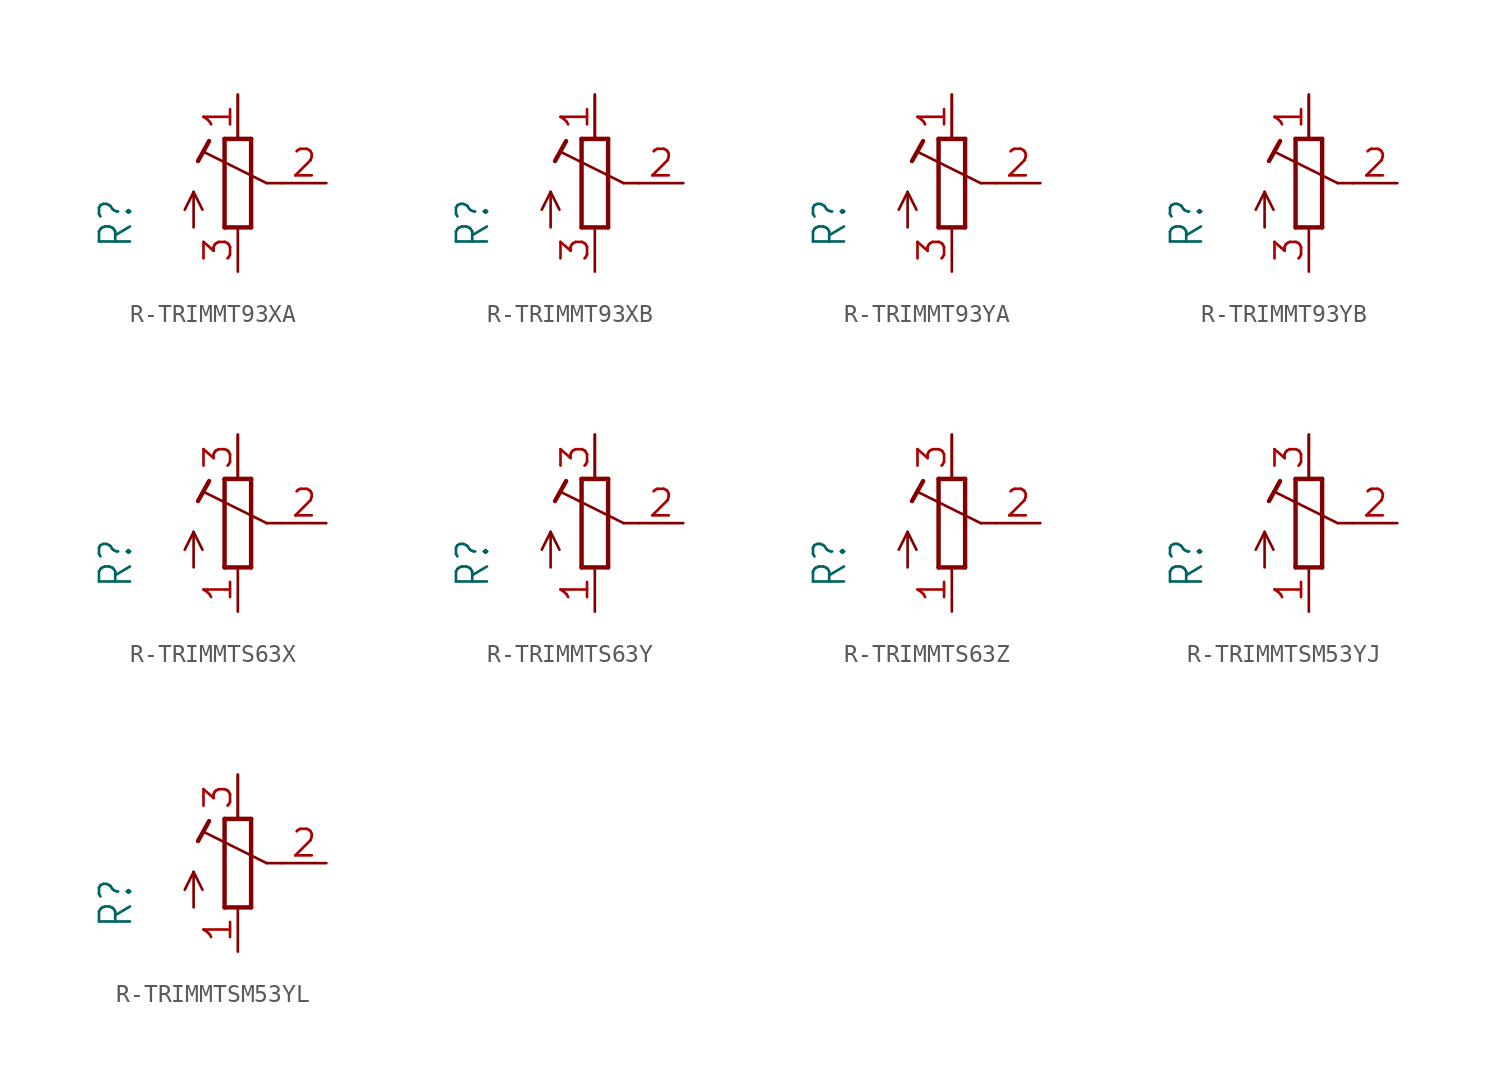
<source format=kicad_sym>
(kicad_symbol_lib
  (version 20241209)
  (generator "kicad_symbol_editor")
  (generator_version "9.0")
  (symbol "R-TRIMMT93XA"
    (property "Reference" "R"
      (at -5.969 -3.81 90)
      (effects (font (size 1.778 1.511)) (justify left bottom)))
    (property "Value" ""
      (at -3.81 -3.81 90)
      (effects (font (size 1.778 1.511)) (justify left bottom)))
    (property "ki_locked" ""
      (at 0 0 0)
      (effects (font (size 1.27 1.27))))
    (symbol "R-TRIMMT93XA_1_0"
      (polyline (pts (xy -2.54 -0.508) (xy -3.048 -1.524)) (stroke (width 0.152) (type solid)) (fill (type none)))
      (polyline (pts (xy -2.54 -0.508) (xy -2.032 -1.524)) (stroke (width 0.152) (type solid)) (fill (type none)))
      (polyline (pts (xy -2.54 -2.54) (xy -2.54 -0.508)) (stroke (width 0.152) (type solid)) (fill (type none)))
      (polyline (pts (xy -2.286 1.27) (xy -1.651 2.413)) (stroke (width 0.254) (type solid)) (fill (type none)))
      (polyline (pts (xy -0.762 2.54) (xy -0.762 -2.54)) (stroke (width 0.254) (type solid)) (fill (type none)))
      (polyline (pts (xy -0.762 -2.54) (xy 0.762 -2.54)) (stroke (width 0.254) (type solid)) (fill (type none)))
      (polyline (pts (xy 0 2.54) (xy -0.762 2.54)) (stroke (width 0.254) (type solid)) (fill (type none)))
      (polyline (pts (xy 0 2.54) (xy 0 5.08)) (stroke (width 0.152) (type solid)) (fill (type none)))
      (polyline (pts (xy 0.762 2.54) (xy 0 2.54)) (stroke (width 0.254) (type solid)) (fill (type none)))
      (polyline (pts (xy 0.762 -2.54) (xy 0.762 2.54)) (stroke (width 0.254) (type solid)) (fill (type none)))
      (polyline (pts (xy 1.651 0) (xy -1.88 1.753)) (stroke (width 0.152) (type solid)) (fill (type none)))
      (polyline (pts (xy 2.54 0) (xy 1.651 0)) (stroke (width 0.152) (type solid)) (fill (type none)))
      (pin passive line (at 0 5.08 270) (length 2.54) (name "A" (effects (font (size 0 0)))) (number "1" (effects (font (size 1.524 1.524)))))
      (pin passive line (at 0 -5.08 90) (length 2.54) (name "E" (effects (font (size 0 0)))) (number "3" (effects (font (size 1.524 1.524)))))
      (pin passive line (at 5.08 0 180) (length 2.54) (name "S" (effects (font (size 0 0)))) (number "2" (effects (font (size 1.524 1.524)))))))
  (symbol "R-TRIMMT93XB"
    (property "Reference" "R"
      (at -5.969 -3.81 90)
      (effects (font (size 1.778 1.511)) (justify left bottom)))
    (property "Value" ""
      (at -3.81 -3.81 90)
      (effects (font (size 1.778 1.511)) (justify left bottom)))
    (property "ki_locked" ""
      (at 0 0 0)
      (effects (font (size 1.27 1.27))))
    (symbol "R-TRIMMT93XB_1_0"
      (polyline (pts (xy -2.54 -0.508) (xy -3.048 -1.524)) (stroke (width 0.152) (type solid)) (fill (type none)))
      (polyline (pts (xy -2.54 -0.508) (xy -2.032 -1.524)) (stroke (width 0.152) (type solid)) (fill (type none)))
      (polyline (pts (xy -2.54 -2.54) (xy -2.54 -0.508)) (stroke (width 0.152) (type solid)) (fill (type none)))
      (polyline (pts (xy -2.286 1.27) (xy -1.651 2.413)) (stroke (width 0.254) (type solid)) (fill (type none)))
      (polyline (pts (xy -0.762 2.54) (xy -0.762 -2.54)) (stroke (width 0.254) (type solid)) (fill (type none)))
      (polyline (pts (xy -0.762 -2.54) (xy 0.762 -2.54)) (stroke (width 0.254) (type solid)) (fill (type none)))
      (polyline (pts (xy 0 2.54) (xy -0.762 2.54)) (stroke (width 0.254) (type solid)) (fill (type none)))
      (polyline (pts (xy 0 2.54) (xy 0 5.08)) (stroke (width 0.152) (type solid)) (fill (type none)))
      (polyline (pts (xy 0.762 2.54) (xy 0 2.54)) (stroke (width 0.254) (type solid)) (fill (type none)))
      (polyline (pts (xy 0.762 -2.54) (xy 0.762 2.54)) (stroke (width 0.254) (type solid)) (fill (type none)))
      (polyline (pts (xy 1.651 0) (xy -1.88 1.753)) (stroke (width 0.152) (type solid)) (fill (type none)))
      (polyline (pts (xy 2.54 0) (xy 1.651 0)) (stroke (width 0.152) (type solid)) (fill (type none)))
      (pin passive line (at 0 5.08 270) (length 2.54) (name "A" (effects (font (size 0 0)))) (number "1" (effects (font (size 1.524 1.524)))))
      (pin passive line (at 0 -5.08 90) (length 2.54) (name "E" (effects (font (size 0 0)))) (number "3" (effects (font (size 1.524 1.524)))))
      (pin passive line (at 5.08 0 180) (length 2.54) (name "S" (effects (font (size 0 0)))) (number "2" (effects (font (size 1.524 1.524)))))))
  (symbol "R-TRIMMT93YA"
    (property "Reference" "R"
      (at -5.969 -3.81 90)
      (effects (font (size 1.778 1.511)) (justify left bottom)))
    (property "Value" ""
      (at -3.81 -3.81 90)
      (effects (font (size 1.778 1.511)) (justify left bottom)))
    (property "ki_locked" ""
      (at 0 0 0)
      (effects (font (size 1.27 1.27))))
    (symbol "R-TRIMMT93YA_1_0"
      (polyline (pts (xy -2.54 -0.508) (xy -3.048 -1.524)) (stroke (width 0.152) (type solid)) (fill (type none)))
      (polyline (pts (xy -2.54 -0.508) (xy -2.032 -1.524)) (stroke (width 0.152) (type solid)) (fill (type none)))
      (polyline (pts (xy -2.54 -2.54) (xy -2.54 -0.508)) (stroke (width 0.152) (type solid)) (fill (type none)))
      (polyline (pts (xy -2.286 1.27) (xy -1.651 2.413)) (stroke (width 0.254) (type solid)) (fill (type none)))
      (polyline (pts (xy -0.762 2.54) (xy -0.762 -2.54)) (stroke (width 0.254) (type solid)) (fill (type none)))
      (polyline (pts (xy -0.762 -2.54) (xy 0.762 -2.54)) (stroke (width 0.254) (type solid)) (fill (type none)))
      (polyline (pts (xy 0 2.54) (xy -0.762 2.54)) (stroke (width 0.254) (type solid)) (fill (type none)))
      (polyline (pts (xy 0 2.54) (xy 0 5.08)) (stroke (width 0.152) (type solid)) (fill (type none)))
      (polyline (pts (xy 0.762 2.54) (xy 0 2.54)) (stroke (width 0.254) (type solid)) (fill (type none)))
      (polyline (pts (xy 0.762 -2.54) (xy 0.762 2.54)) (stroke (width 0.254) (type solid)) (fill (type none)))
      (polyline (pts (xy 1.651 0) (xy -1.88 1.753)) (stroke (width 0.152) (type solid)) (fill (type none)))
      (polyline (pts (xy 2.54 0) (xy 1.651 0)) (stroke (width 0.152) (type solid)) (fill (type none)))
      (pin passive line (at 0 5.08 270) (length 2.54) (name "A" (effects (font (size 0 0)))) (number "1" (effects (font (size 1.524 1.524)))))
      (pin passive line (at 0 -5.08 90) (length 2.54) (name "E" (effects (font (size 0 0)))) (number "3" (effects (font (size 1.524 1.524)))))
      (pin passive line (at 5.08 0 180) (length 2.54) (name "S" (effects (font (size 0 0)))) (number "2" (effects (font (size 1.524 1.524)))))))
  (symbol "R-TRIMMT93YB"
    (property "Reference" "R"
      (at -5.969 -3.81 90)
      (effects (font (size 1.778 1.511)) (justify left bottom)))
    (property "Value" ""
      (at -3.81 -3.81 90)
      (effects (font (size 1.778 1.511)) (justify left bottom)))
    (property "ki_locked" ""
      (at 0 0 0)
      (effects (font (size 1.27 1.27))))
    (symbol "R-TRIMMT93YB_1_0"
      (polyline (pts (xy -2.54 -0.508) (xy -3.048 -1.524)) (stroke (width 0.152) (type solid)) (fill (type none)))
      (polyline (pts (xy -2.54 -0.508) (xy -2.032 -1.524)) (stroke (width 0.152) (type solid)) (fill (type none)))
      (polyline (pts (xy -2.54 -2.54) (xy -2.54 -0.508)) (stroke (width 0.152) (type solid)) (fill (type none)))
      (polyline (pts (xy -2.286 1.27) (xy -1.651 2.413)) (stroke (width 0.254) (type solid)) (fill (type none)))
      (polyline (pts (xy -0.762 2.54) (xy -0.762 -2.54)) (stroke (width 0.254) (type solid)) (fill (type none)))
      (polyline (pts (xy -0.762 -2.54) (xy 0.762 -2.54)) (stroke (width 0.254) (type solid)) (fill (type none)))
      (polyline (pts (xy 0 2.54) (xy -0.762 2.54)) (stroke (width 0.254) (type solid)) (fill (type none)))
      (polyline (pts (xy 0 2.54) (xy 0 5.08)) (stroke (width 0.152) (type solid)) (fill (type none)))
      (polyline (pts (xy 0.762 2.54) (xy 0 2.54)) (stroke (width 0.254) (type solid)) (fill (type none)))
      (polyline (pts (xy 0.762 -2.54) (xy 0.762 2.54)) (stroke (width 0.254) (type solid)) (fill (type none)))
      (polyline (pts (xy 1.651 0) (xy -1.88 1.753)) (stroke (width 0.152) (type solid)) (fill (type none)))
      (polyline (pts (xy 2.54 0) (xy 1.651 0)) (stroke (width 0.152) (type solid)) (fill (type none)))
      (pin passive line (at 0 5.08 270) (length 2.54) (name "A" (effects (font (size 0 0)))) (number "1" (effects (font (size 1.524 1.524)))))
      (pin passive line (at 0 -5.08 90) (length 2.54) (name "E" (effects (font (size 0 0)))) (number "3" (effects (font (size 1.524 1.524)))))
      (pin passive line (at 5.08 0 180) (length 2.54) (name "S" (effects (font (size 0 0)))) (number "2" (effects (font (size 1.524 1.524)))))))
  (symbol "R-TRIMMTS63X"
    (property "Reference" "R"
      (at -5.969 -3.81 90)
      (effects (font (size 1.778 1.511)) (justify left bottom)))
    (property "Value" ""
      (at -3.81 -3.81 90)
      (effects (font (size 1.778 1.511)) (justify left bottom)))
    (property "ki_locked" ""
      (at 0 0 0)
      (effects (font (size 1.27 1.27))))
    (symbol "R-TRIMMTS63X_1_0"
      (polyline (pts (xy -2.54 -0.508) (xy -3.048 -1.524)) (stroke (width 0.152) (type solid)) (fill (type none)))
      (polyline (pts (xy -2.54 -0.508) (xy -2.032 -1.524)) (stroke (width 0.152) (type solid)) (fill (type none)))
      (polyline (pts (xy -2.54 -2.54) (xy -2.54 -0.508)) (stroke (width 0.152) (type solid)) (fill (type none)))
      (polyline (pts (xy -2.286 1.27) (xy -1.651 2.413)) (stroke (width 0.254) (type solid)) (fill (type none)))
      (polyline (pts (xy -0.762 2.54) (xy -0.762 -2.54)) (stroke (width 0.254) (type solid)) (fill (type none)))
      (polyline (pts (xy -0.762 -2.54) (xy 0.762 -2.54)) (stroke (width 0.254) (type solid)) (fill (type none)))
      (polyline (pts (xy 0 2.54) (xy -0.762 2.54)) (stroke (width 0.254) (type solid)) (fill (type none)))
      (polyline (pts (xy 0 2.54) (xy 0 5.08)) (stroke (width 0.152) (type solid)) (fill (type none)))
      (polyline (pts (xy 0.762 2.54) (xy 0 2.54)) (stroke (width 0.254) (type solid)) (fill (type none)))
      (polyline (pts (xy 0.762 -2.54) (xy 0.762 2.54)) (stroke (width 0.254) (type solid)) (fill (type none)))
      (polyline (pts (xy 1.651 0) (xy -1.88 1.753)) (stroke (width 0.152) (type solid)) (fill (type none)))
      (polyline (pts (xy 2.54 0) (xy 1.651 0)) (stroke (width 0.152) (type solid)) (fill (type none)))
      (pin passive line (at 0 5.08 270) (length 2.54) (name "A" (effects (font (size 0 0)))) (number "3" (effects (font (size 1.524 1.524)))))
      (pin passive line (at 0 -5.08 90) (length 2.54) (name "E" (effects (font (size 0 0)))) (number "1" (effects (font (size 1.524 1.524)))))
      (pin passive line (at 5.08 0 180) (length 2.54) (name "S" (effects (font (size 0 0)))) (number "2" (effects (font (size 1.524 1.524)))))))
  (symbol "R-TRIMMTS63Y"
    (property "Reference" "R"
      (at -5.969 -3.81 90)
      (effects (font (size 1.778 1.511)) (justify left bottom)))
    (property "Value" ""
      (at -3.81 -3.81 90)
      (effects (font (size 1.778 1.511)) (justify left bottom)))
    (property "ki_locked" ""
      (at 0 0 0)
      (effects (font (size 1.27 1.27))))
    (symbol "R-TRIMMTS63Y_1_0"
      (polyline (pts (xy -2.54 -0.508) (xy -3.048 -1.524)) (stroke (width 0.152) (type solid)) (fill (type none)))
      (polyline (pts (xy -2.54 -0.508) (xy -2.032 -1.524)) (stroke (width 0.152) (type solid)) (fill (type none)))
      (polyline (pts (xy -2.54 -2.54) (xy -2.54 -0.508)) (stroke (width 0.152) (type solid)) (fill (type none)))
      (polyline (pts (xy -2.286 1.27) (xy -1.651 2.413)) (stroke (width 0.254) (type solid)) (fill (type none)))
      (polyline (pts (xy -0.762 2.54) (xy -0.762 -2.54)) (stroke (width 0.254) (type solid)) (fill (type none)))
      (polyline (pts (xy -0.762 -2.54) (xy 0.762 -2.54)) (stroke (width 0.254) (type solid)) (fill (type none)))
      (polyline (pts (xy 0 2.54) (xy -0.762 2.54)) (stroke (width 0.254) (type solid)) (fill (type none)))
      (polyline (pts (xy 0 2.54) (xy 0 5.08)) (stroke (width 0.152) (type solid)) (fill (type none)))
      (polyline (pts (xy 0.762 2.54) (xy 0 2.54)) (stroke (width 0.254) (type solid)) (fill (type none)))
      (polyline (pts (xy 0.762 -2.54) (xy 0.762 2.54)) (stroke (width 0.254) (type solid)) (fill (type none)))
      (polyline (pts (xy 1.651 0) (xy -1.88 1.753)) (stroke (width 0.152) (type solid)) (fill (type none)))
      (polyline (pts (xy 2.54 0) (xy 1.651 0)) (stroke (width 0.152) (type solid)) (fill (type none)))
      (pin passive line (at 0 5.08 270) (length 2.54) (name "A" (effects (font (size 0 0)))) (number "3" (effects (font (size 1.524 1.524)))))
      (pin passive line (at 0 -5.08 90) (length 2.54) (name "E" (effects (font (size 0 0)))) (number "1" (effects (font (size 1.524 1.524)))))
      (pin passive line (at 5.08 0 180) (length 2.54) (name "S" (effects (font (size 0 0)))) (number "2" (effects (font (size 1.524 1.524)))))))
  (symbol "R-TRIMMTS63Z"
    (property "Reference" "R"
      (at -5.969 -3.81 90)
      (effects (font (size 1.778 1.511)) (justify left bottom)))
    (property "Value" ""
      (at -3.81 -3.81 90)
      (effects (font (size 1.778 1.511)) (justify left bottom)))
    (property "ki_locked" ""
      (at 0 0 0)
      (effects (font (size 1.27 1.27))))
    (symbol "R-TRIMMTS63Z_1_0"
      (polyline (pts (xy -2.54 -0.508) (xy -3.048 -1.524)) (stroke (width 0.152) (type solid)) (fill (type none)))
      (polyline (pts (xy -2.54 -0.508) (xy -2.032 -1.524)) (stroke (width 0.152) (type solid)) (fill (type none)))
      (polyline (pts (xy -2.54 -2.54) (xy -2.54 -0.508)) (stroke (width 0.152) (type solid)) (fill (type none)))
      (polyline (pts (xy -2.286 1.27) (xy -1.651 2.413)) (stroke (width 0.254) (type solid)) (fill (type none)))
      (polyline (pts (xy -0.762 2.54) (xy -0.762 -2.54)) (stroke (width 0.254) (type solid)) (fill (type none)))
      (polyline (pts (xy -0.762 -2.54) (xy 0.762 -2.54)) (stroke (width 0.254) (type solid)) (fill (type none)))
      (polyline (pts (xy 0 2.54) (xy -0.762 2.54)) (stroke (width 0.254) (type solid)) (fill (type none)))
      (polyline (pts (xy 0 2.54) (xy 0 5.08)) (stroke (width 0.152) (type solid)) (fill (type none)))
      (polyline (pts (xy 0.762 2.54) (xy 0 2.54)) (stroke (width 0.254) (type solid)) (fill (type none)))
      (polyline (pts (xy 0.762 -2.54) (xy 0.762 2.54)) (stroke (width 0.254) (type solid)) (fill (type none)))
      (polyline (pts (xy 1.651 0) (xy -1.88 1.753)) (stroke (width 0.152) (type solid)) (fill (type none)))
      (polyline (pts (xy 2.54 0) (xy 1.651 0)) (stroke (width 0.152) (type solid)) (fill (type none)))
      (pin passive line (at 0 5.08 270) (length 2.54) (name "A" (effects (font (size 0 0)))) (number "3" (effects (font (size 1.524 1.524)))))
      (pin passive line (at 0 -5.08 90) (length 2.54) (name "E" (effects (font (size 0 0)))) (number "1" (effects (font (size 1.524 1.524)))))
      (pin passive line (at 5.08 0 180) (length 2.54) (name "S" (effects (font (size 0 0)))) (number "2" (effects (font (size 1.524 1.524)))))))
  (symbol "R-TRIMMTSM53YJ"
    (property "Reference" "R"
      (at -5.969 -3.81 90)
      (effects (font (size 1.778 1.511)) (justify left bottom)))
    (property "Value" ""
      (at -3.81 -3.81 90)
      (effects (font (size 1.778 1.511)) (justify left bottom)))
    (property "ki_locked" ""
      (at 0 0 0)
      (effects (font (size 1.27 1.27))))
    (symbol "R-TRIMMTSM53YJ_1_0"
      (polyline (pts (xy -2.54 -0.508) (xy -3.048 -1.524)) (stroke (width 0.152) (type solid)) (fill (type none)))
      (polyline (pts (xy -2.54 -0.508) (xy -2.032 -1.524)) (stroke (width 0.152) (type solid)) (fill (type none)))
      (polyline (pts (xy -2.54 -2.54) (xy -2.54 -0.508)) (stroke (width 0.152) (type solid)) (fill (type none)))
      (polyline (pts (xy -2.286 1.27) (xy -1.651 2.413)) (stroke (width 0.254) (type solid)) (fill (type none)))
      (polyline (pts (xy -0.762 2.54) (xy -0.762 -2.54)) (stroke (width 0.254) (type solid)) (fill (type none)))
      (polyline (pts (xy -0.762 -2.54) (xy 0.762 -2.54)) (stroke (width 0.254) (type solid)) (fill (type none)))
      (polyline (pts (xy 0 2.54) (xy -0.762 2.54)) (stroke (width 0.254) (type solid)) (fill (type none)))
      (polyline (pts (xy 0 2.54) (xy 0 5.08)) (stroke (width 0.152) (type solid)) (fill (type none)))
      (polyline (pts (xy 0.762 2.54) (xy 0 2.54)) (stroke (width 0.254) (type solid)) (fill (type none)))
      (polyline (pts (xy 0.762 -2.54) (xy 0.762 2.54)) (stroke (width 0.254) (type solid)) (fill (type none)))
      (polyline (pts (xy 1.651 0) (xy -1.88 1.753)) (stroke (width 0.152) (type solid)) (fill (type none)))
      (polyline (pts (xy 2.54 0) (xy 1.651 0)) (stroke (width 0.152) (type solid)) (fill (type none)))
      (pin passive line (at 0 5.08 270) (length 2.54) (name "A" (effects (font (size 0 0)))) (number "3" (effects (font (size 1.524 1.524)))))
      (pin passive line (at 0 -5.08 90) (length 2.54) (name "E" (effects (font (size 0 0)))) (number "1" (effects (font (size 1.524 1.524)))))
      (pin passive line (at 5.08 0 180) (length 2.54) (name "S" (effects (font (size 0 0)))) (number "2" (effects (font (size 1.524 1.524)))))))
  (symbol "R-TRIMMTSM53YL"
    (property "Reference" "R"
      (at -5.969 -3.81 90)
      (effects (font (size 1.778 1.511)) (justify left bottom)))
    (property "Value" ""
      (at -3.81 -3.81 90)
      (effects (font (size 1.778 1.511)) (justify left bottom)))
    (property "ki_locked" ""
      (at 0 0 0)
      (effects (font (size 1.27 1.27))))
    (symbol "R-TRIMMTSM53YL_1_0"
      (polyline (pts (xy -2.54 -0.508) (xy -3.048 -1.524)) (stroke (width 0.152) (type solid)) (fill (type none)))
      (polyline (pts (xy -2.54 -0.508) (xy -2.032 -1.524)) (stroke (width 0.152) (type solid)) (fill (type none)))
      (polyline (pts (xy -2.54 -2.54) (xy -2.54 -0.508)) (stroke (width 0.152) (type solid)) (fill (type none)))
      (polyline (pts (xy -2.286 1.27) (xy -1.651 2.413)) (stroke (width 0.254) (type solid)) (fill (type none)))
      (polyline (pts (xy -0.762 2.54) (xy -0.762 -2.54)) (stroke (width 0.254) (type solid)) (fill (type none)))
      (polyline (pts (xy -0.762 -2.54) (xy 0.762 -2.54)) (stroke (width 0.254) (type solid)) (fill (type none)))
      (polyline (pts (xy 0 2.54) (xy -0.762 2.54)) (stroke (width 0.254) (type solid)) (fill (type none)))
      (polyline (pts (xy 0 2.54) (xy 0 5.08)) (stroke (width 0.152) (type solid)) (fill (type none)))
      (polyline (pts (xy 0.762 2.54) (xy 0 2.54)) (stroke (width 0.254) (type solid)) (fill (type none)))
      (polyline (pts (xy 0.762 -2.54) (xy 0.762 2.54)) (stroke (width 0.254) (type solid)) (fill (type none)))
      (polyline (pts (xy 1.651 0) (xy -1.88 1.753)) (stroke (width 0.152) (type solid)) (fill (type none)))
      (polyline (pts (xy 2.54 0) (xy 1.651 0)) (stroke (width 0.152) (type solid)) (fill (type none)))
      (pin passive line (at 0 5.08 270) (length 2.54) (name "A" (effects (font (size 0 0)))) (number "3" (effects (font (size 1.524 1.524)))))
      (pin passive line (at 0 -5.08 90) (length 2.54) (name "E" (effects (font (size 0 0)))) (number "1" (effects (font (size 1.524 1.524)))))
      (pin passive line (at 5.08 0 180) (length 2.54) (name "S" (effects (font (size 0 0)))) (number "2" (effects (font (size 1.524 1.524))))))))
</source>
